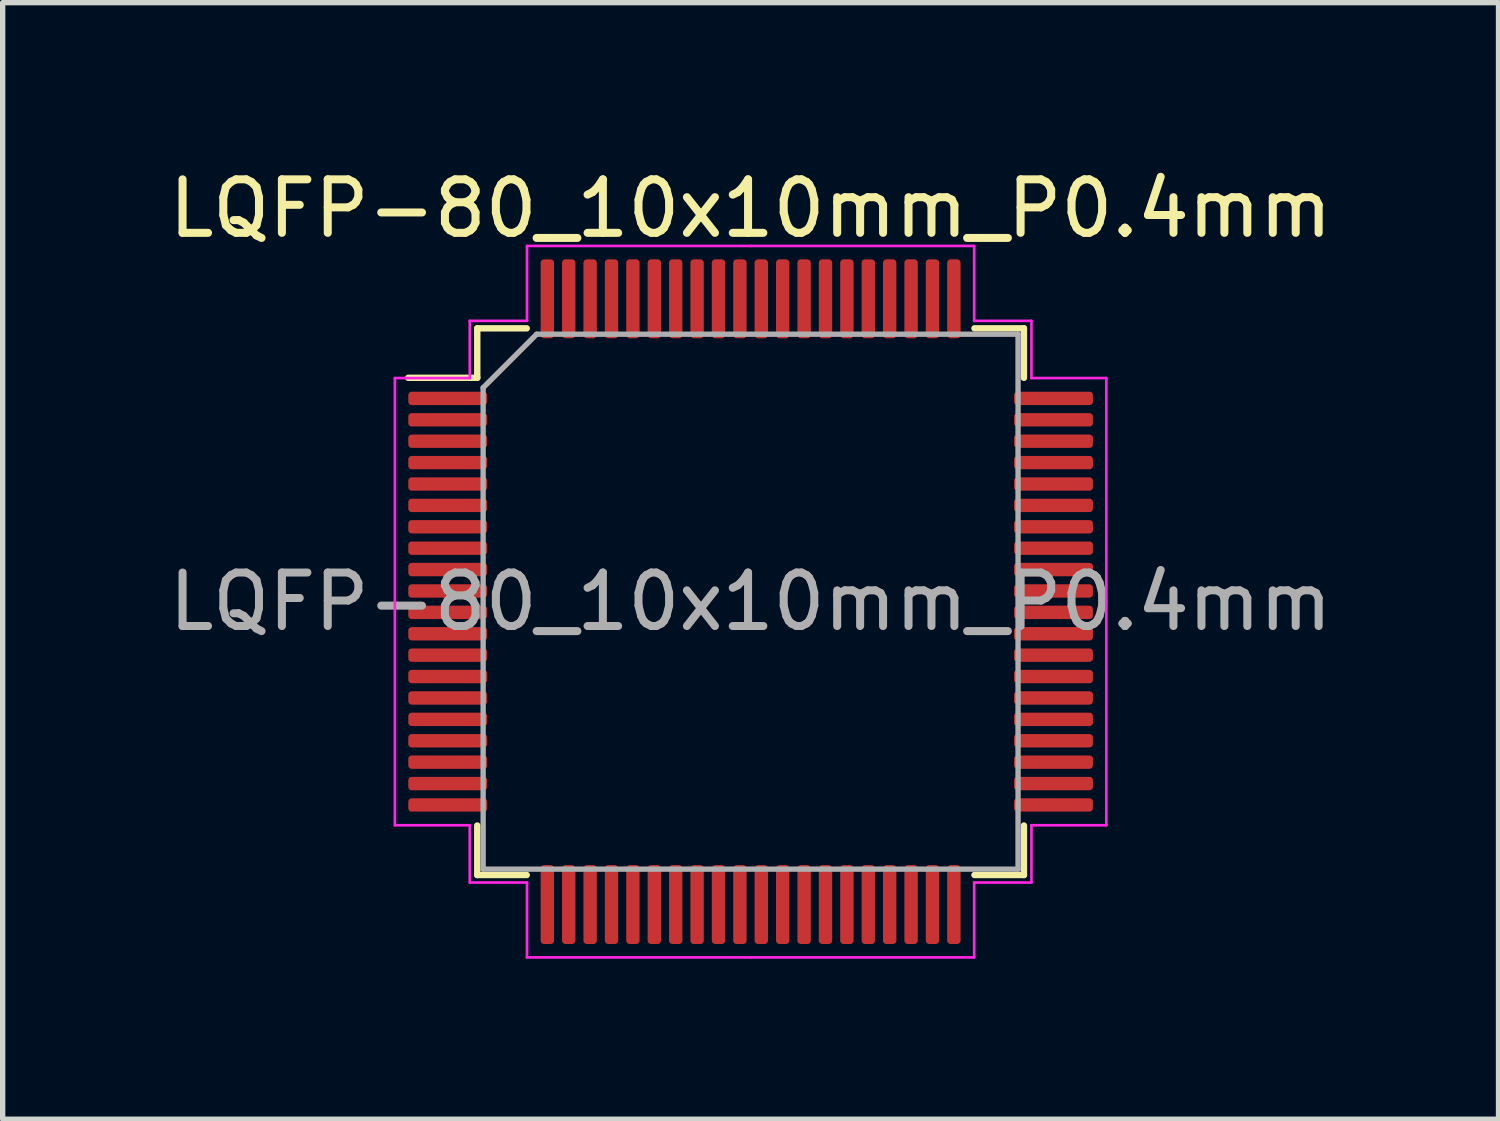
<source format=kicad_pcb>
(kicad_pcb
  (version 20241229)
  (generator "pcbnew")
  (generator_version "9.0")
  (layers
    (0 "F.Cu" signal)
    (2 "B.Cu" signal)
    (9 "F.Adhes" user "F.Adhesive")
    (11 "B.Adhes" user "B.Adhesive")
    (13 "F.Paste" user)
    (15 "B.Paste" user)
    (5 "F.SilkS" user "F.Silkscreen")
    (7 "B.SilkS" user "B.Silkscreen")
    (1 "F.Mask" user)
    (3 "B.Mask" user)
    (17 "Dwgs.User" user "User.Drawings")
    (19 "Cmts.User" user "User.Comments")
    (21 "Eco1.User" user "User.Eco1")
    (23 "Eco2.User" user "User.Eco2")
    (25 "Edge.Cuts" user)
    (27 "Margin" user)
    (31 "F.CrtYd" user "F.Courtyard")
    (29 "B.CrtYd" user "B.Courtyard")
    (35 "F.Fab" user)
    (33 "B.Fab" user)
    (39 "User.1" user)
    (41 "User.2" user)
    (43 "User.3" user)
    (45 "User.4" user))
  (footprint "LQFP-80_10x10mm_P0.4mm"
    (layer "F.Cu")
    (at 10.982 8.198)
    (property "Reference" "LQFP-80_10x10mm_P0.4mm" (at 0 -7.35 0) (layer "F.SilkS") (effects (font (size 1 1) (thickness 0.15))))
    (attr smd)
    (fp_line (start -5.11 -5.11) (end -5.11 -4.185) (stroke (width 0.12) (type solid)) (layer "F.SilkS"))
    (fp_line (start -5.11 -4.185) (end -6.4 -4.185) (stroke (width 0.12) (type solid)) (layer "F.SilkS"))
    (fp_line (start -5.11 5.11) (end -5.11 4.185) (stroke (width 0.12) (type solid)) (layer "F.SilkS"))
    (fp_line (start -4.185 -5.11) (end -5.11 -5.11) (stroke (width 0.12) (type solid)) (layer "F.SilkS"))
    (fp_line (start -4.185 5.11) (end -5.11 5.11) (stroke (width 0.12) (type solid)) (layer "F.SilkS"))
    (fp_line (start 4.185 -5.11) (end 5.11 -5.11) (stroke (width 0.12) (type solid)) (layer "F.SilkS"))
    (fp_line (start 4.185 5.11) (end 5.11 5.11) (stroke (width 0.12) (type solid)) (layer "F.SilkS"))
    (fp_line (start 5.11 -5.11) (end 5.11 -4.185) (stroke (width 0.12) (type solid)) (layer "F.SilkS"))
    (fp_line (start 5.11 5.11) (end 5.11 4.185) (stroke (width 0.12) (type solid)) (layer "F.SilkS"))
    (fp_line (start -6.65 -4.18) (end -6.65 0) (stroke (width 0.05) (type solid)) (layer "F.CrtYd"))
    (fp_line (start -6.65 4.18) (end -6.65 0) (stroke (width 0.05) (type solid)) (layer "F.CrtYd"))
    (fp_line (start -5.25 -5.25) (end -5.25 -4.18) (stroke (width 0.05) (type solid)) (layer "F.CrtYd"))
    (fp_line (start -5.25 -4.18) (end -6.65 -4.18) (stroke (width 0.05) (type solid)) (layer "F.CrtYd"))
    (fp_line (start -5.25 4.18) (end -6.65 4.18) (stroke (width 0.05) (type solid)) (layer "F.CrtYd"))
    (fp_line (start -5.25 5.25) (end -5.25 4.18) (stroke (width 0.05) (type solid)) (layer "F.CrtYd"))
    (fp_line (start -4.18 -6.65) (end -4.18 -5.25) (stroke (width 0.05) (type solid)) (layer "F.CrtYd"))
    (fp_line (start -4.18 -5.25) (end -5.25 -5.25) (stroke (width 0.05) (type solid)) (layer "F.CrtYd"))
    (fp_line (start -4.18 5.25) (end -5.25 5.25) (stroke (width 0.05) (type solid)) (layer "F.CrtYd"))
    (fp_line (start -4.18 6.65) (end -4.18 5.25) (stroke (width 0.05) (type solid)) (layer "F.CrtYd"))
    (fp_line (start 0 -6.65) (end -4.18 -6.65) (stroke (width 0.05) (type solid)) (layer "F.CrtYd"))
    (fp_line (start 0 -6.65) (end 4.18 -6.65) (stroke (width 0.05) (type solid)) (layer "F.CrtYd"))
    (fp_line (start 0 6.65) (end -4.18 6.65) (stroke (width 0.05) (type solid)) (layer "F.CrtYd"))
    (fp_line (start 0 6.65) (end 4.18 6.65) (stroke (width 0.05) (type solid)) (layer "F.CrtYd"))
    (fp_line (start 4.18 -6.65) (end 4.18 -5.25) (stroke (width 0.05) (type solid)) (layer "F.CrtYd"))
    (fp_line (start 4.18 -5.25) (end 5.25 -5.25) (stroke (width 0.05) (type solid)) (layer "F.CrtYd"))
    (fp_line (start 4.18 5.25) (end 5.25 5.25) (stroke (width 0.05) (type solid)) (layer "F.CrtYd"))
    (fp_line (start 4.18 6.65) (end 4.18 5.25) (stroke (width 0.05) (type solid)) (layer "F.CrtYd"))
    (fp_line (start 5.25 -5.25) (end 5.25 -4.18) (stroke (width 0.05) (type solid)) (layer "F.CrtYd"))
    (fp_line (start 5.25 -4.18) (end 6.65 -4.18) (stroke (width 0.05) (type solid)) (layer "F.CrtYd"))
    (fp_line (start 5.25 4.18) (end 6.65 4.18) (stroke (width 0.05) (type solid)) (layer "F.CrtYd"))
    (fp_line (start 5.25 5.25) (end 5.25 4.18) (stroke (width 0.05) (type solid)) (layer "F.CrtYd"))
    (fp_line (start 6.65 -4.18) (end 6.65 0) (stroke (width 0.05) (type solid)) (layer "F.CrtYd"))
    (fp_line (start 6.65 4.18) (end 6.65 0) (stroke (width 0.05) (type solid)) (layer "F.CrtYd"))
    (fp_line (start -5 -4) (end -4 -5) (stroke (width 0.1) (type solid)) (layer "F.Fab"))
    (fp_line (start -5 5) (end -5 -4) (stroke (width 0.1) (type solid)) (layer "F.Fab"))
    (fp_line (start -4 -5) (end 5 -5) (stroke (width 0.1) (type solid)) (layer "F.Fab"))
    (fp_line (start 5 -5) (end 5 5) (stroke (width 0.1) (type solid)) (layer "F.Fab"))
    (fp_line (start 5 5) (end -5 5) (stroke (width 0.1) (type solid)) (layer "F.Fab"))
    (fp_text user "${REFERENCE}" (at 0 0 0) (layer "F.Fab") (effects (font (size 1 1) (thickness 0.15))))
    (pad "1" smd roundrect (at -5.662 -3.8) (size 1.475 0.25) (layers "F.Cu" "F.Mask" "F.Paste") (roundrect_rratio 0.25))
    (pad "2" smd roundrect (at -5.662 -3.4) (size 1.475 0.25) (layers "F.Cu" "F.Mask" "F.Paste") (roundrect_rratio 0.25))
    (pad "3" smd roundrect (at -5.662 -3) (size 1.475 0.25) (layers "F.Cu" "F.Mask" "F.Paste") (roundrect_rratio 0.25))
    (pad "4" smd roundrect (at -5.662 -2.6) (size 1.475 0.25) (layers "F.Cu" "F.Mask" "F.Paste") (roundrect_rratio 0.25))
    (pad "5" smd roundrect (at -5.662 -2.2) (size 1.475 0.25) (layers "F.Cu" "F.Mask" "F.Paste") (roundrect_rratio 0.25))
    (pad "6" smd roundrect (at -5.662 -1.8) (size 1.475 0.25) (layers "F.Cu" "F.Mask" "F.Paste") (roundrect_rratio 0.25))
    (pad "7" smd roundrect (at -5.662 -1.4) (size 1.475 0.25) (layers "F.Cu" "F.Mask" "F.Paste") (roundrect_rratio 0.25))
    (pad "8" smd roundrect (at -5.662 -1) (size 1.475 0.25) (layers "F.Cu" "F.Mask" "F.Paste") (roundrect_rratio 0.25))
    (pad "9" smd roundrect (at -5.662 -0.6) (size 1.475 0.25) (layers "F.Cu" "F.Mask" "F.Paste") (roundrect_rratio 0.25))
    (pad "10" smd roundrect (at -5.662 -0.2) (size 1.475 0.25) (layers "F.Cu" "F.Mask" "F.Paste") (roundrect_rratio 0.25))
    (pad "11" smd roundrect (at -5.662 0.2) (size 1.475 0.25) (layers "F.Cu" "F.Mask" "F.Paste") (roundrect_rratio 0.25))
    (pad "12" smd roundrect (at -5.662 0.6) (size 1.475 0.25) (layers "F.Cu" "F.Mask" "F.Paste") (roundrect_rratio 0.25))
    (pad "13" smd roundrect (at -5.662 1) (size 1.475 0.25) (layers "F.Cu" "F.Mask" "F.Paste") (roundrect_rratio 0.25))
    (pad "14" smd roundrect (at -5.662 1.4) (size 1.475 0.25) (layers "F.Cu" "F.Mask" "F.Paste") (roundrect_rratio 0.25))
    (pad "15" smd roundrect (at -5.662 1.8) (size 1.475 0.25) (layers "F.Cu" "F.Mask" "F.Paste") (roundrect_rratio 0.25))
    (pad "16" smd roundrect (at -5.662 2.2) (size 1.475 0.25) (layers "F.Cu" "F.Mask" "F.Paste") (roundrect_rratio 0.25))
    (pad "17" smd roundrect (at -5.662 2.6) (size 1.475 0.25) (layers "F.Cu" "F.Mask" "F.Paste") (roundrect_rratio 0.25))
    (pad "18" smd roundrect (at -5.662 3) (size 1.475 0.25) (layers "F.Cu" "F.Mask" "F.Paste") (roundrect_rratio 0.25))
    (pad "19" smd roundrect (at -5.662 3.4) (size 1.475 0.25) (layers "F.Cu" "F.Mask" "F.Paste") (roundrect_rratio 0.25))
    (pad "20" smd roundrect (at -5.662 3.8) (size 1.475 0.25) (layers "F.Cu" "F.Mask" "F.Paste") (roundrect_rratio 0.25))
    (pad "21" smd roundrect (at -3.8 5.662) (size 0.25 1.475) (layers "F.Cu" "F.Mask" "F.Paste") (roundrect_rratio 0.25))
    (pad "22" smd roundrect (at -3.4 5.662) (size 0.25 1.475) (layers "F.Cu" "F.Mask" "F.Paste") (roundrect_rratio 0.25))
    (pad "23" smd roundrect (at -3 5.662) (size 0.25 1.475) (layers "F.Cu" "F.Mask" "F.Paste") (roundrect_rratio 0.25))
    (pad "24" smd roundrect (at -2.6 5.662) (size 0.25 1.475) (layers "F.Cu" "F.Mask" "F.Paste") (roundrect_rratio 0.25))
    (pad "25" smd roundrect (at -2.2 5.662) (size 0.25 1.475) (layers "F.Cu" "F.Mask" "F.Paste") (roundrect_rratio 0.25))
    (pad "26" smd roundrect (at -1.8 5.662) (size 0.25 1.475) (layers "F.Cu" "F.Mask" "F.Paste") (roundrect_rratio 0.25))
    (pad "27" smd roundrect (at -1.4 5.662) (size 0.25 1.475) (layers "F.Cu" "F.Mask" "F.Paste") (roundrect_rratio 0.25))
    (pad "28" smd roundrect (at -1 5.662) (size 0.25 1.475) (layers "F.Cu" "F.Mask" "F.Paste") (roundrect_rratio 0.25))
    (pad "29" smd roundrect (at -0.6 5.662) (size 0.25 1.475) (layers "F.Cu" "F.Mask" "F.Paste") (roundrect_rratio 0.25))
    (pad "30" smd roundrect (at -0.2 5.662) (size 0.25 1.475) (layers "F.Cu" "F.Mask" "F.Paste") (roundrect_rratio 0.25))
    (pad "31" smd roundrect (at 0.2 5.662) (size 0.25 1.475) (layers "F.Cu" "F.Mask" "F.Paste") (roundrect_rratio 0.25))
    (pad "32" smd roundrect (at 0.6 5.662) (size 0.25 1.475) (layers "F.Cu" "F.Mask" "F.Paste") (roundrect_rratio 0.25))
    (pad "33" smd roundrect (at 1 5.662) (size 0.25 1.475) (layers "F.Cu" "F.Mask" "F.Paste") (roundrect_rratio 0.25))
    (pad "34" smd roundrect (at 1.4 5.662) (size 0.25 1.475) (layers "F.Cu" "F.Mask" "F.Paste") (roundrect_rratio 0.25))
    (pad "35" smd roundrect (at 1.8 5.662) (size 0.25 1.475) (layers "F.Cu" "F.Mask" "F.Paste") (roundrect_rratio 0.25))
    (pad "36" smd roundrect (at 2.2 5.662) (size 0.25 1.475) (layers "F.Cu" "F.Mask" "F.Paste") (roundrect_rratio 0.25))
    (pad "37" smd roundrect (at 2.6 5.662) (size 0.25 1.475) (layers "F.Cu" "F.Mask" "F.Paste") (roundrect_rratio 0.25))
    (pad "38" smd roundrect (at 3 5.662) (size 0.25 1.475) (layers "F.Cu" "F.Mask" "F.Paste") (roundrect_rratio 0.25))
    (pad "39" smd roundrect (at 3.4 5.662) (size 0.25 1.475) (layers "F.Cu" "F.Mask" "F.Paste") (roundrect_rratio 0.25))
    (pad "40" smd roundrect (at 3.8 5.662) (size 0.25 1.475) (layers "F.Cu" "F.Mask" "F.Paste") (roundrect_rratio 0.25))
    (pad "41" smd roundrect (at 5.662 3.8) (size 1.475 0.25) (layers "F.Cu" "F.Mask" "F.Paste") (roundrect_rratio 0.25))
    (pad "42" smd roundrect (at 5.662 3.4) (size 1.475 0.25) (layers "F.Cu" "F.Mask" "F.Paste") (roundrect_rratio 0.25))
    (pad "43" smd roundrect (at 5.662 3) (size 1.475 0.25) (layers "F.Cu" "F.Mask" "F.Paste") (roundrect_rratio 0.25))
    (pad "44" smd roundrect (at 5.662 2.6) (size 1.475 0.25) (layers "F.Cu" "F.Mask" "F.Paste") (roundrect_rratio 0.25))
    (pad "45" smd roundrect (at 5.662 2.2) (size 1.475 0.25) (layers "F.Cu" "F.Mask" "F.Paste") (roundrect_rratio 0.25))
    (pad "46" smd roundrect (at 5.662 1.8) (size 1.475 0.25) (layers "F.Cu" "F.Mask" "F.Paste") (roundrect_rratio 0.25))
    (pad "47" smd roundrect (at 5.662 1.4) (size 1.475 0.25) (layers "F.Cu" "F.Mask" "F.Paste") (roundrect_rratio 0.25))
    (pad "48" smd roundrect (at 5.662 1) (size 1.475 0.25) (layers "F.Cu" "F.Mask" "F.Paste") (roundrect_rratio 0.25))
    (pad "49" smd roundrect (at 5.662 0.6) (size 1.475 0.25) (layers "F.Cu" "F.Mask" "F.Paste") (roundrect_rratio 0.25))
    (pad "50" smd roundrect (at 5.662 0.2) (size 1.475 0.25) (layers "F.Cu" "F.Mask" "F.Paste") (roundrect_rratio 0.25))
    (pad "51" smd roundrect (at 5.662 -0.2) (size 1.475 0.25) (layers "F.Cu" "F.Mask" "F.Paste") (roundrect_rratio 0.25))
    (pad "52" smd roundrect (at 5.662 -0.6) (size 1.475 0.25) (layers "F.Cu" "F.Mask" "F.Paste") (roundrect_rratio 0.25))
    (pad "53" smd roundrect (at 5.662 -1) (size 1.475 0.25) (layers "F.Cu" "F.Mask" "F.Paste") (roundrect_rratio 0.25))
    (pad "54" smd roundrect (at 5.662 -1.4) (size 1.475 0.25) (layers "F.Cu" "F.Mask" "F.Paste") (roundrect_rratio 0.25))
    (pad "55" smd roundrect (at 5.662 -1.8) (size 1.475 0.25) (layers "F.Cu" "F.Mask" "F.Paste") (roundrect_rratio 0.25))
    (pad "56" smd roundrect (at 5.662 -2.2) (size 1.475 0.25) (layers "F.Cu" "F.Mask" "F.Paste") (roundrect_rratio 0.25))
    (pad "57" smd roundrect (at 5.662 -2.6) (size 1.475 0.25) (layers "F.Cu" "F.Mask" "F.Paste") (roundrect_rratio 0.25))
    (pad "58" smd roundrect (at 5.662 -3) (size 1.475 0.25) (layers "F.Cu" "F.Mask" "F.Paste") (roundrect_rratio 0.25))
    (pad "59" smd roundrect (at 5.662 -3.4) (size 1.475 0.25) (layers "F.Cu" "F.Mask" "F.Paste") (roundrect_rratio 0.25))
    (pad "60" smd roundrect (at 5.662 -3.8) (size 1.475 0.25) (layers "F.Cu" "F.Mask" "F.Paste") (roundrect_rratio 0.25))
    (pad "61" smd roundrect (at 3.8 -5.662) (size 0.25 1.475) (layers "F.Cu" "F.Mask" "F.Paste") (roundrect_rratio 0.25))
    (pad "62" smd roundrect (at 3.4 -5.662) (size 0.25 1.475) (layers "F.Cu" "F.Mask" "F.Paste") (roundrect_rratio 0.25))
    (pad "63" smd roundrect (at 3 -5.662) (size 0.25 1.475) (layers "F.Cu" "F.Mask" "F.Paste") (roundrect_rratio 0.25))
    (pad "64" smd roundrect (at 2.6 -5.662) (size 0.25 1.475) (layers "F.Cu" "F.Mask" "F.Paste") (roundrect_rratio 0.25))
    (pad "65" smd roundrect (at 2.2 -5.662) (size 0.25 1.475) (layers "F.Cu" "F.Mask" "F.Paste") (roundrect_rratio 0.25))
    (pad "66" smd roundrect (at 1.8 -5.662) (size 0.25 1.475) (layers "F.Cu" "F.Mask" "F.Paste") (roundrect_rratio 0.25))
    (pad "67" smd roundrect (at 1.4 -5.662) (size 0.25 1.475) (layers "F.Cu" "F.Mask" "F.Paste") (roundrect_rratio 0.25))
    (pad "68" smd roundrect (at 1 -5.662) (size 0.25 1.475) (layers "F.Cu" "F.Mask" "F.Paste") (roundrect_rratio 0.25))
    (pad "69" smd roundrect (at 0.6 -5.662) (size 0.25 1.475) (layers "F.Cu" "F.Mask" "F.Paste") (roundrect_rratio 0.25))
    (pad "70" smd roundrect (at 0.2 -5.662) (size 0.25 1.475) (layers "F.Cu" "F.Mask" "F.Paste") (roundrect_rratio 0.25))
    (pad "71" smd roundrect (at -0.2 -5.662) (size 0.25 1.475) (layers "F.Cu" "F.Mask" "F.Paste") (roundrect_rratio 0.25))
    (pad "72" smd roundrect (at -0.6 -5.662) (size 0.25 1.475) (layers "F.Cu" "F.Mask" "F.Paste") (roundrect_rratio 0.25))
    (pad "73" smd roundrect (at -1 -5.662) (size 0.25 1.475) (layers "F.Cu" "F.Mask" "F.Paste") (roundrect_rratio 0.25))
    (pad "74" smd roundrect (at -1.4 -5.662) (size 0.25 1.475) (layers "F.Cu" "F.Mask" "F.Paste") (roundrect_rratio 0.25))
    (pad "75" smd roundrect (at -1.8 -5.662) (size 0.25 1.475) (layers "F.Cu" "F.Mask" "F.Paste") (roundrect_rratio 0.25))
    (pad "76" smd roundrect (at -2.2 -5.662) (size 0.25 1.475) (layers "F.Cu" "F.Mask" "F.Paste") (roundrect_rratio 0.25))
    (pad "77" smd roundrect (at -2.6 -5.662) (size 0.25 1.475) (layers "F.Cu" "F.Mask" "F.Paste") (roundrect_rratio 0.25))
    (pad "78" smd roundrect (at -3 -5.662) (size 0.25 1.475) (layers "F.Cu" "F.Mask" "F.Paste") (roundrect_rratio 0.25))
    (pad "79" smd roundrect (at -3.4 -5.662) (size 0.25 1.475) (layers "F.Cu" "F.Mask" "F.Paste") (roundrect_rratio 0.25))
    (pad "80" smd roundrect (at -3.8 -5.662) (size 0.25 1.475) (layers "F.Cu" "F.Mask" "F.Paste") (roundrect_rratio 0.25)))
  (gr_rect
    (start -3 -3)
    (end 24.964 17.873)
    (stroke (width 0.1) (type default))
    (fill no)
    (layer "Edge.Cuts")))
</source>
